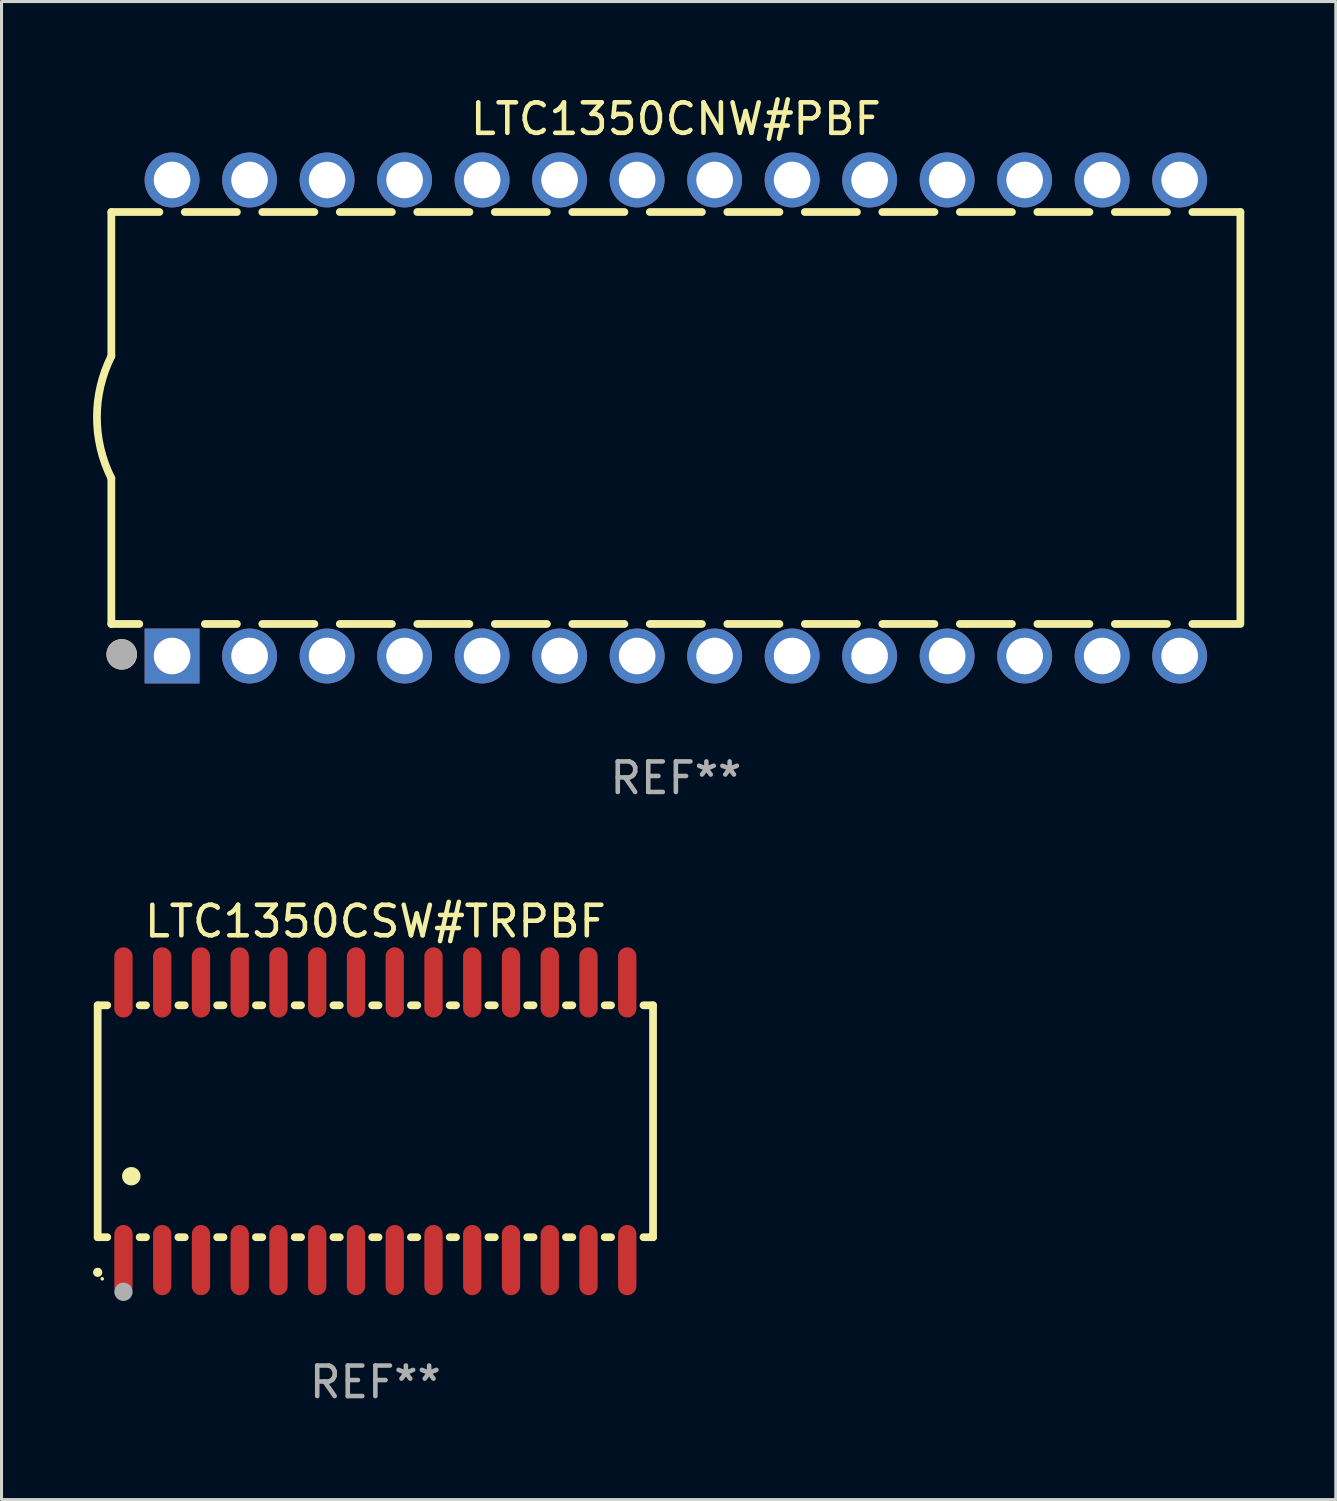
<source format=kicad_pcb>
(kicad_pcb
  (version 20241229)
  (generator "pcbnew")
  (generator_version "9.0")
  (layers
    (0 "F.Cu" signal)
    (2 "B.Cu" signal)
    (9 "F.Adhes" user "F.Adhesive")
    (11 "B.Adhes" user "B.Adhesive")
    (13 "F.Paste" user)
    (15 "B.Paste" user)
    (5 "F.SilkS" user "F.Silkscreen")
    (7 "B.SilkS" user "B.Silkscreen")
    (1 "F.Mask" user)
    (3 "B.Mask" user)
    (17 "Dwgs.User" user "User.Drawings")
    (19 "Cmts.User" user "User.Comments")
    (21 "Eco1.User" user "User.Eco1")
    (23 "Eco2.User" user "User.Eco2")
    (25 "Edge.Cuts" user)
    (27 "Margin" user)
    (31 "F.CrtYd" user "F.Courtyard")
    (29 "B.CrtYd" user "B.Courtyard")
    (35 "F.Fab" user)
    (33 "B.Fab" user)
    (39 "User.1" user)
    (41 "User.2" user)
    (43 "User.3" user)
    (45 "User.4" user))
  (footprint "LTC1350CNW#PBF"
    (layer "F.Cu")
    (at 19.099 10.648)
    (property "Reference" "LTC1350CNW#PBF" (at 0 -9.8 0) (layer "F.SilkS") (effects (font (size 1 1) (thickness 0.15))))
    (attr through_hole)
    (fp_line (start -18.5 -6.75) (end -18.5 -2.026) (stroke (width 0.254) (type solid)) (layer "F.SilkS"))
    (fp_line (start -18.5 -6.75) (end -16.926 -6.75) (stroke (width 0.254) (type solid)) (layer "F.SilkS"))
    (fp_line (start -18.5 6.75) (end -18.5 1.974) (stroke (width 0.254) (type solid)) (layer "F.SilkS"))
    (fp_line (start -18.5 6.75) (end -17.584 6.75) (stroke (width 0.254) (type solid)) (layer "F.SilkS"))
    (fp_line (start -16.094 -6.75) (end -14.386 -6.75) (stroke (width 0.254) (type solid)) (layer "F.SilkS"))
    (fp_line (start -15.436 6.75) (end -14.386 6.75) (stroke (width 0.254) (type solid)) (layer "F.SilkS"))
    (fp_line (start -13.554 -6.75) (end -11.846 -6.75) (stroke (width 0.254) (type solid)) (layer "F.SilkS"))
    (fp_line (start -13.554 6.75) (end -11.846 6.75) (stroke (width 0.254) (type solid)) (layer "F.SilkS"))
    (fp_line (start -11.014 -6.75) (end -9.306 -6.75) (stroke (width 0.254) (type solid)) (layer "F.SilkS"))
    (fp_line (start -11.014 6.75) (end -9.306 6.75) (stroke (width 0.254) (type solid)) (layer "F.SilkS"))
    (fp_line (start -8.474 -6.75) (end -6.766 -6.75) (stroke (width 0.254) (type solid)) (layer "F.SilkS"))
    (fp_line (start -8.474 6.75) (end -6.766 6.75) (stroke (width 0.254) (type solid)) (layer "F.SilkS"))
    (fp_line (start -5.934 -6.75) (end -4.226 -6.75) (stroke (width 0.254) (type solid)) (layer "F.SilkS"))
    (fp_line (start -5.934 6.75) (end -4.226 6.75) (stroke (width 0.254) (type solid)) (layer "F.SilkS"))
    (fp_line (start -3.394 -6.75) (end -1.686 -6.75) (stroke (width 0.254) (type solid)) (layer "F.SilkS"))
    (fp_line (start -3.394 6.75) (end -1.686 6.75) (stroke (width 0.254) (type solid)) (layer "F.SilkS"))
    (fp_line (start -0.854 -6.75) (end 0.854 -6.75) (stroke (width 0.254) (type solid)) (layer "F.SilkS"))
    (fp_line (start -0.854 6.75) (end 0.854 6.75) (stroke (width 0.254) (type solid)) (layer "F.SilkS"))
    (fp_line (start 1.686 -6.75) (end 3.394 -6.75) (stroke (width 0.254) (type solid)) (layer "F.SilkS"))
    (fp_line (start 1.686 6.75) (end 3.394 6.75) (stroke (width 0.254) (type solid)) (layer "F.SilkS"))
    (fp_line (start 4.226 -6.75) (end 5.934 -6.75) (stroke (width 0.254) (type solid)) (layer "F.SilkS"))
    (fp_line (start 4.226 6.75) (end 5.934 6.75) (stroke (width 0.254) (type solid)) (layer "F.SilkS"))
    (fp_line (start 6.766 -6.75) (end 8.474 -6.75) (stroke (width 0.254) (type solid)) (layer "F.SilkS"))
    (fp_line (start 6.766 6.75) (end 8.474 6.75) (stroke (width 0.254) (type solid)) (layer "F.SilkS"))
    (fp_line (start 9.306 -6.75) (end 11.014 -6.75) (stroke (width 0.254) (type solid)) (layer "F.SilkS"))
    (fp_line (start 9.306 6.75) (end 11.014 6.75) (stroke (width 0.254) (type solid)) (layer "F.SilkS"))
    (fp_line (start 11.846 -6.75) (end 13.554 -6.75) (stroke (width 0.254) (type solid)) (layer "F.SilkS"))
    (fp_line (start 11.846 6.75) (end 13.554 6.75) (stroke (width 0.254) (type solid)) (layer "F.SilkS"))
    (fp_line (start 14.386 -6.75) (end 16.094 -6.75) (stroke (width 0.254) (type solid)) (layer "F.SilkS"))
    (fp_line (start 14.386 6.75) (end 16.094 6.75) (stroke (width 0.254) (type solid)) (layer "F.SilkS"))
    (fp_line (start 16.926 -6.75) (end 18.5 -6.75) (stroke (width 0.254) (type solid)) (layer "F.SilkS"))
    (fp_line (start 16.926 6.75) (end 18.415 6.75) (stroke (width 0.254) (type solid)) (layer "F.SilkS"))
    (fp_line (start 18.5 6.75) (end 18.5 -6.75) (stroke (width 0.254) (type solid)) (layer "F.SilkS"))
    (fp_arc (start -18.500051 1.974384) (mid -18.972187 -0.025616) (end -18.500051 -2.025616) (stroke (width 0.254001) (type solid)) (layer "F.SilkS"))
    (fp_circle (center -18.5 7.8) (end -18.47 7.8) (stroke (width 0.06) (type solid)) (fill no) (layer "F.SilkS"))
    (fp_circle (center -18.161 7.747) (end -17.911 7.747) (stroke (width 0.5) (type solid)) (fill no) (layer "F.SilkS"))
    (fp_circle (center -18.161 7.747) (end -17.911 7.747) (stroke (width 0.5) (type solid)) (fill no) (layer "F.Fab"))
    (fp_text user "REF**" (at 0 11.8 0) (layer "F.Fab") (effects (font (size 1 1) (thickness 0.15))))
    (pad "1" thru_hole rect (at -16.51 7.8) (size 1.8 1.8) (drill 1.2) (layers "*.Cu" "*.Mask"))
    (pad "2" thru_hole circle (at -13.97 7.8) (size 1.8 1.8) (drill 1.2) (layers "*.Cu" "*.Mask"))
    (pad "3" thru_hole circle (at -11.43 7.8) (size 1.8 1.8) (drill 1.2) (layers "*.Cu" "*.Mask"))
    (pad "4" thru_hole circle (at -8.89 7.8) (size 1.8 1.8) (drill 1.2) (layers "*.Cu" "*.Mask"))
    (pad "5" thru_hole circle (at -6.35 7.8) (size 1.8 1.8) (drill 1.2) (layers "*.Cu" "*.Mask"))
    (pad "6" thru_hole circle (at -3.81 7.8) (size 1.8 1.8) (drill 1.2) (layers "*.Cu" "*.Mask"))
    (pad "7" thru_hole circle (at -1.27 7.8) (size 1.8 1.8) (drill 1.2) (layers "*.Cu" "*.Mask"))
    (pad "8" thru_hole circle (at 1.27 7.8) (size 1.8 1.8) (drill 1.2) (layers "*.Cu" "*.Mask"))
    (pad "9" thru_hole circle (at 3.81 7.8) (size 1.8 1.8) (drill 1.2) (layers "*.Cu" "*.Mask"))
    (pad "10" thru_hole circle (at 6.35 7.8) (size 1.8 1.8) (drill 1.2) (layers "*.Cu" "*.Mask"))
    (pad "11" thru_hole circle (at 8.89 7.8) (size 1.8 1.8) (drill 1.2) (layers "*.Cu" "*.Mask"))
    (pad "12" thru_hole circle (at 11.43 7.8) (size 1.8 1.8) (drill 1.2) (layers "*.Cu" "*.Mask"))
    (pad "13" thru_hole circle (at 13.97 7.8) (size 1.8 1.8) (drill 1.2) (layers "*.Cu" "*.Mask"))
    (pad "14" thru_hole circle (at 16.51 7.8) (size 1.8 1.8) (drill 1.2) (layers "*.Cu" "*.Mask"))
    (pad "15" thru_hole circle (at 16.51 -7.8) (size 1.8 1.8) (drill 1.2) (layers "*.Cu" "*.Mask"))
    (pad "16" thru_hole circle (at 13.97 -7.8) (size 1.8 1.8) (drill 1.2) (layers "*.Cu" "*.Mask"))
    (pad "17" thru_hole circle (at 11.43 -7.8) (size 1.8 1.8) (drill 1.2) (layers "*.Cu" "*.Mask"))
    (pad "18" thru_hole circle (at 8.89 -7.8) (size 1.8 1.8) (drill 1.2) (layers "*.Cu" "*.Mask"))
    (pad "19" thru_hole circle (at 6.35 -7.8) (size 1.8 1.8) (drill 1.2) (layers "*.Cu" "*.Mask"))
    (pad "20" thru_hole circle (at 3.81 -7.8) (size 1.8 1.8) (drill 1.2) (layers "*.Cu" "*.Mask"))
    (pad "21" thru_hole circle (at 1.27 -7.8) (size 1.8 1.8) (drill 1.2) (layers "*.Cu" "*.Mask"))
    (pad "22" thru_hole circle (at -1.27 -7.8) (size 1.8 1.8) (drill 1.2) (layers "*.Cu" "*.Mask"))
    (pad "23" thru_hole circle (at -3.81 -7.8) (size 1.8 1.8) (drill 1.2) (layers "*.Cu" "*.Mask"))
    (pad "24" thru_hole circle (at -6.35 -7.8) (size 1.8 1.8) (drill 1.2) (layers "*.Cu" "*.Mask"))
    (pad "25" thru_hole circle (at -8.89 -7.8) (size 1.8 1.8) (drill 1.2) (layers "*.Cu" "*.Mask"))
    (pad "26" thru_hole circle (at -11.43 -7.8) (size 1.8 1.8) (drill 1.2) (layers "*.Cu" "*.Mask"))
    (pad "27" thru_hole circle (at -13.97 -7.8) (size 1.8 1.8) (drill 1.2) (layers "*.Cu" "*.Mask"))
    (pad "28" thru_hole circle (at -16.51 -7.8) (size 1.8 1.8) (drill 1.2) (layers "*.Cu" "*.Mask")))
  (footprint "LTC1350CSW#TRPBF"
    (layer "F.Cu")
    (at 9.251 33.695)
    (property "Reference" "LTC1350CSW#TRPBF" (at 0 -6.55 0) (layer "F.SilkS") (effects (font (size 1 1) (thickness 0.15))))
    (attr through_hole)
    (fp_line (start -9.1 -3.8) (end -9.1 3.8) (stroke (width 0.254) (type solid)) (layer "F.SilkS"))
    (fp_line (start -9.1 -3.8) (end -8.786 -3.8) (stroke (width 0.254) (type solid)) (layer "F.SilkS"))
    (fp_line (start -9.1 3.8) (end -8.786 3.8) (stroke (width 0.254) (type solid)) (layer "F.SilkS"))
    (fp_line (start -7.724 -3.8) (end -7.516 -3.8) (stroke (width 0.254) (type solid)) (layer "F.SilkS"))
    (fp_line (start -7.724 3.8) (end -7.516 3.8) (stroke (width 0.254) (type solid)) (layer "F.SilkS"))
    (fp_line (start -6.454 -3.8) (end -6.246 -3.8) (stroke (width 0.254) (type solid)) (layer "F.SilkS"))
    (fp_line (start -6.454 3.8) (end -6.246 3.8) (stroke (width 0.254) (type solid)) (layer "F.SilkS"))
    (fp_line (start -5.184 -3.8) (end -4.976 -3.8) (stroke (width 0.254) (type solid)) (layer "F.SilkS"))
    (fp_line (start -5.184 3.8) (end -4.976 3.8) (stroke (width 0.254) (type solid)) (layer "F.SilkS"))
    (fp_line (start -3.914 -3.8) (end -3.706 -3.8) (stroke (width 0.254) (type solid)) (layer "F.SilkS"))
    (fp_line (start -3.914 3.8) (end -3.706 3.8) (stroke (width 0.254) (type solid)) (layer "F.SilkS"))
    (fp_line (start -2.644 -3.8) (end -2.436 -3.8) (stroke (width 0.254) (type solid)) (layer "F.SilkS"))
    (fp_line (start -2.644 3.8) (end -2.436 3.8) (stroke (width 0.254) (type solid)) (layer "F.SilkS"))
    (fp_line (start -1.374 -3.8) (end -1.166 -3.8) (stroke (width 0.254) (type solid)) (layer "F.SilkS"))
    (fp_line (start -1.374 3.8) (end -1.166 3.8) (stroke (width 0.254) (type solid)) (layer "F.SilkS"))
    (fp_line (start -0.104 -3.8) (end 0.104 -3.8) (stroke (width 0.254) (type solid)) (layer "F.SilkS"))
    (fp_line (start -0.104 3.8) (end 0.104 3.8) (stroke (width 0.254) (type solid)) (layer "F.SilkS"))
    (fp_line (start 1.166 -3.8) (end 1.374 -3.8) (stroke (width 0.254) (type solid)) (layer "F.SilkS"))
    (fp_line (start 1.166 3.8) (end 1.374 3.8) (stroke (width 0.254) (type solid)) (layer "F.SilkS"))
    (fp_line (start 2.436 -3.8) (end 2.644 -3.8) (stroke (width 0.254) (type solid)) (layer "F.SilkS"))
    (fp_line (start 2.436 3.8) (end 2.644 3.8) (stroke (width 0.254) (type solid)) (layer "F.SilkS"))
    (fp_line (start 3.706 -3.8) (end 3.914 -3.8) (stroke (width 0.254) (type solid)) (layer "F.SilkS"))
    (fp_line (start 3.706 3.8) (end 3.914 3.8) (stroke (width 0.254) (type solid)) (layer "F.SilkS"))
    (fp_line (start 4.976 -3.8) (end 5.184 -3.8) (stroke (width 0.254) (type solid)) (layer "F.SilkS"))
    (fp_line (start 4.976 3.8) (end 5.184 3.8) (stroke (width 0.254) (type solid)) (layer "F.SilkS"))
    (fp_line (start 6.246 -3.8) (end 6.454 -3.8) (stroke (width 0.254) (type solid)) (layer "F.SilkS"))
    (fp_line (start 6.246 3.8) (end 6.454 3.8) (stroke (width 0.254) (type solid)) (layer "F.SilkS"))
    (fp_line (start 7.516 -3.8) (end 7.724 -3.8) (stroke (width 0.254) (type solid)) (layer "F.SilkS"))
    (fp_line (start 7.516 3.8) (end 7.724 3.8) (stroke (width 0.254) (type solid)) (layer "F.SilkS"))
    (fp_line (start 8.786 -3.8) (end 9.1 -3.8) (stroke (width 0.254) (type solid)) (layer "F.SilkS"))
    (fp_line (start 8.786 3.8) (end 9.1 3.8) (stroke (width 0.254) (type solid)) (layer "F.SilkS"))
    (fp_line (start 9.1 -3.8) (end 9.1 3.8) (stroke (width 0.254) (type solid)) (layer "F.SilkS"))
    (fp_arc (start -9.100864 4.95047) (mid -9.099594 4.950465) (end -9.098324 4.95047) (stroke (width 0.3) (type solid)) (layer "F.SilkS"))
    (fp_arc (start -8.001041 1.800864) (mid -7.998501 1.800853) (end -7.995961 1.800864) (stroke (width 0.6) (type solid)) (layer "F.SilkS"))
    (fp_circle (center -8.95 5.163) (end -8.92 5.163) (stroke (width 0.06) (type solid)) (fill no) (layer "F.SilkS"))
    (fp_circle (center -8.255 5.588) (end -8.105 5.588) (stroke (width 0.3) (type solid)) (fill no) (layer "F.Fab"))
    (fp_text user "REF**" (at 0 8.55 0) (layer "F.Fab") (effects (font (size 1 1) (thickness 0.15))))
    (pad "1" smd oval (at -8.255 4.55 180) (size 0.6 2.3) (layers "F.Cu" "F.Mask" "F.Paste"))
    (pad "2" smd oval (at -6.985 4.55 180) (size 0.6 2.3) (layers "F.Cu" "F.Mask" "F.Paste"))
    (pad "3" smd oval (at -5.715 4.55 180) (size 0.6 2.3) (layers "F.Cu" "F.Mask" "F.Paste"))
    (pad "4" smd oval (at -4.445 4.55 180) (size 0.6 2.3) (layers "F.Cu" "F.Mask" "F.Paste"))
    (pad "5" smd oval (at -3.175 4.55 180) (size 0.6 2.3) (layers "F.Cu" "F.Mask" "F.Paste"))
    (pad "6" smd oval (at -1.905 4.55 180) (size 0.6 2.3) (layers "F.Cu" "F.Mask" "F.Paste"))
    (pad "7" smd oval (at -0.635 4.55 180) (size 0.6 2.3) (layers "F.Cu" "F.Mask" "F.Paste"))
    (pad "8" smd oval (at 0.635 4.55 180) (size 0.6 2.3) (layers "F.Cu" "F.Mask" "F.Paste"))
    (pad "9" smd oval (at 1.905 4.55 180) (size 0.6 2.3) (layers "F.Cu" "F.Mask" "F.Paste"))
    (pad "10" smd oval (at 3.175 4.55 180) (size 0.6 2.3) (layers "F.Cu" "F.Mask" "F.Paste"))
    (pad "11" smd oval (at 4.445 4.55 180) (size 0.6 2.3) (layers "F.Cu" "F.Mask" "F.Paste"))
    (pad "12" smd oval (at 5.715 4.55 180) (size 0.6 2.3) (layers "F.Cu" "F.Mask" "F.Paste"))
    (pad "13" smd oval (at 6.985 4.55 180) (size 0.6 2.3) (layers "F.Cu" "F.Mask" "F.Paste"))
    (pad "14" smd oval (at 8.255 4.55 180) (size 0.6 2.3) (layers "F.Cu" "F.Mask" "F.Paste"))
    (pad "15" smd oval (at 8.255 -4.55 180) (size 0.6 2.3) (layers "F.Cu" "F.Mask" "F.Paste"))
    (pad "16" smd oval (at 6.985 -4.55 180) (size 0.6 2.3) (layers "F.Cu" "F.Mask" "F.Paste"))
    (pad "17" smd oval (at 5.715 -4.55 180) (size 0.6 2.3) (layers "F.Cu" "F.Mask" "F.Paste"))
    (pad "18" smd oval (at 4.445 -4.55 180) (size 0.6 2.3) (layers "F.Cu" "F.Mask" "F.Paste"))
    (pad "19" smd oval (at 3.175 -4.55 180) (size 0.6 2.3) (layers "F.Cu" "F.Mask" "F.Paste"))
    (pad "20" smd oval (at 1.905 -4.55 180) (size 0.6 2.3) (layers "F.Cu" "F.Mask" "F.Paste"))
    (pad "21" smd oval (at 0.635 -4.55 180) (size 0.6 2.3) (layers "F.Cu" "F.Mask" "F.Paste"))
    (pad "22" smd oval (at -0.635 -4.55 180) (size 0.6 2.3) (layers "F.Cu" "F.Mask" "F.Paste"))
    (pad "23" smd oval (at -1.905 -4.55 180) (size 0.6 2.3) (layers "F.Cu" "F.Mask" "F.Paste"))
    (pad "24" smd oval (at -3.175 -4.55 180) (size 0.6 2.3) (layers "F.Cu" "F.Mask" "F.Paste"))
    (pad "25" smd oval (at -4.445 -4.55 180) (size 0.6 2.3) (layers "F.Cu" "F.Mask" "F.Paste"))
    (pad "26" smd oval (at -5.715 -4.55 180) (size 0.6 2.3) (layers "F.Cu" "F.Mask" "F.Paste"))
    (pad "27" smd oval (at -6.985 -4.55 180) (size 0.6 2.3) (layers "F.Cu" "F.Mask" "F.Paste"))
    (pad "28" smd oval (at -8.255 -4.55 180) (size 0.6 2.3) (layers "F.Cu" "F.Mask" "F.Paste")))
  (gr_rect
    (start -3 -3)
    (end 40.726 46.093)
    (stroke (width 0.1) (type default))
    (fill no)
    (layer "Edge.Cuts")))
</source>
